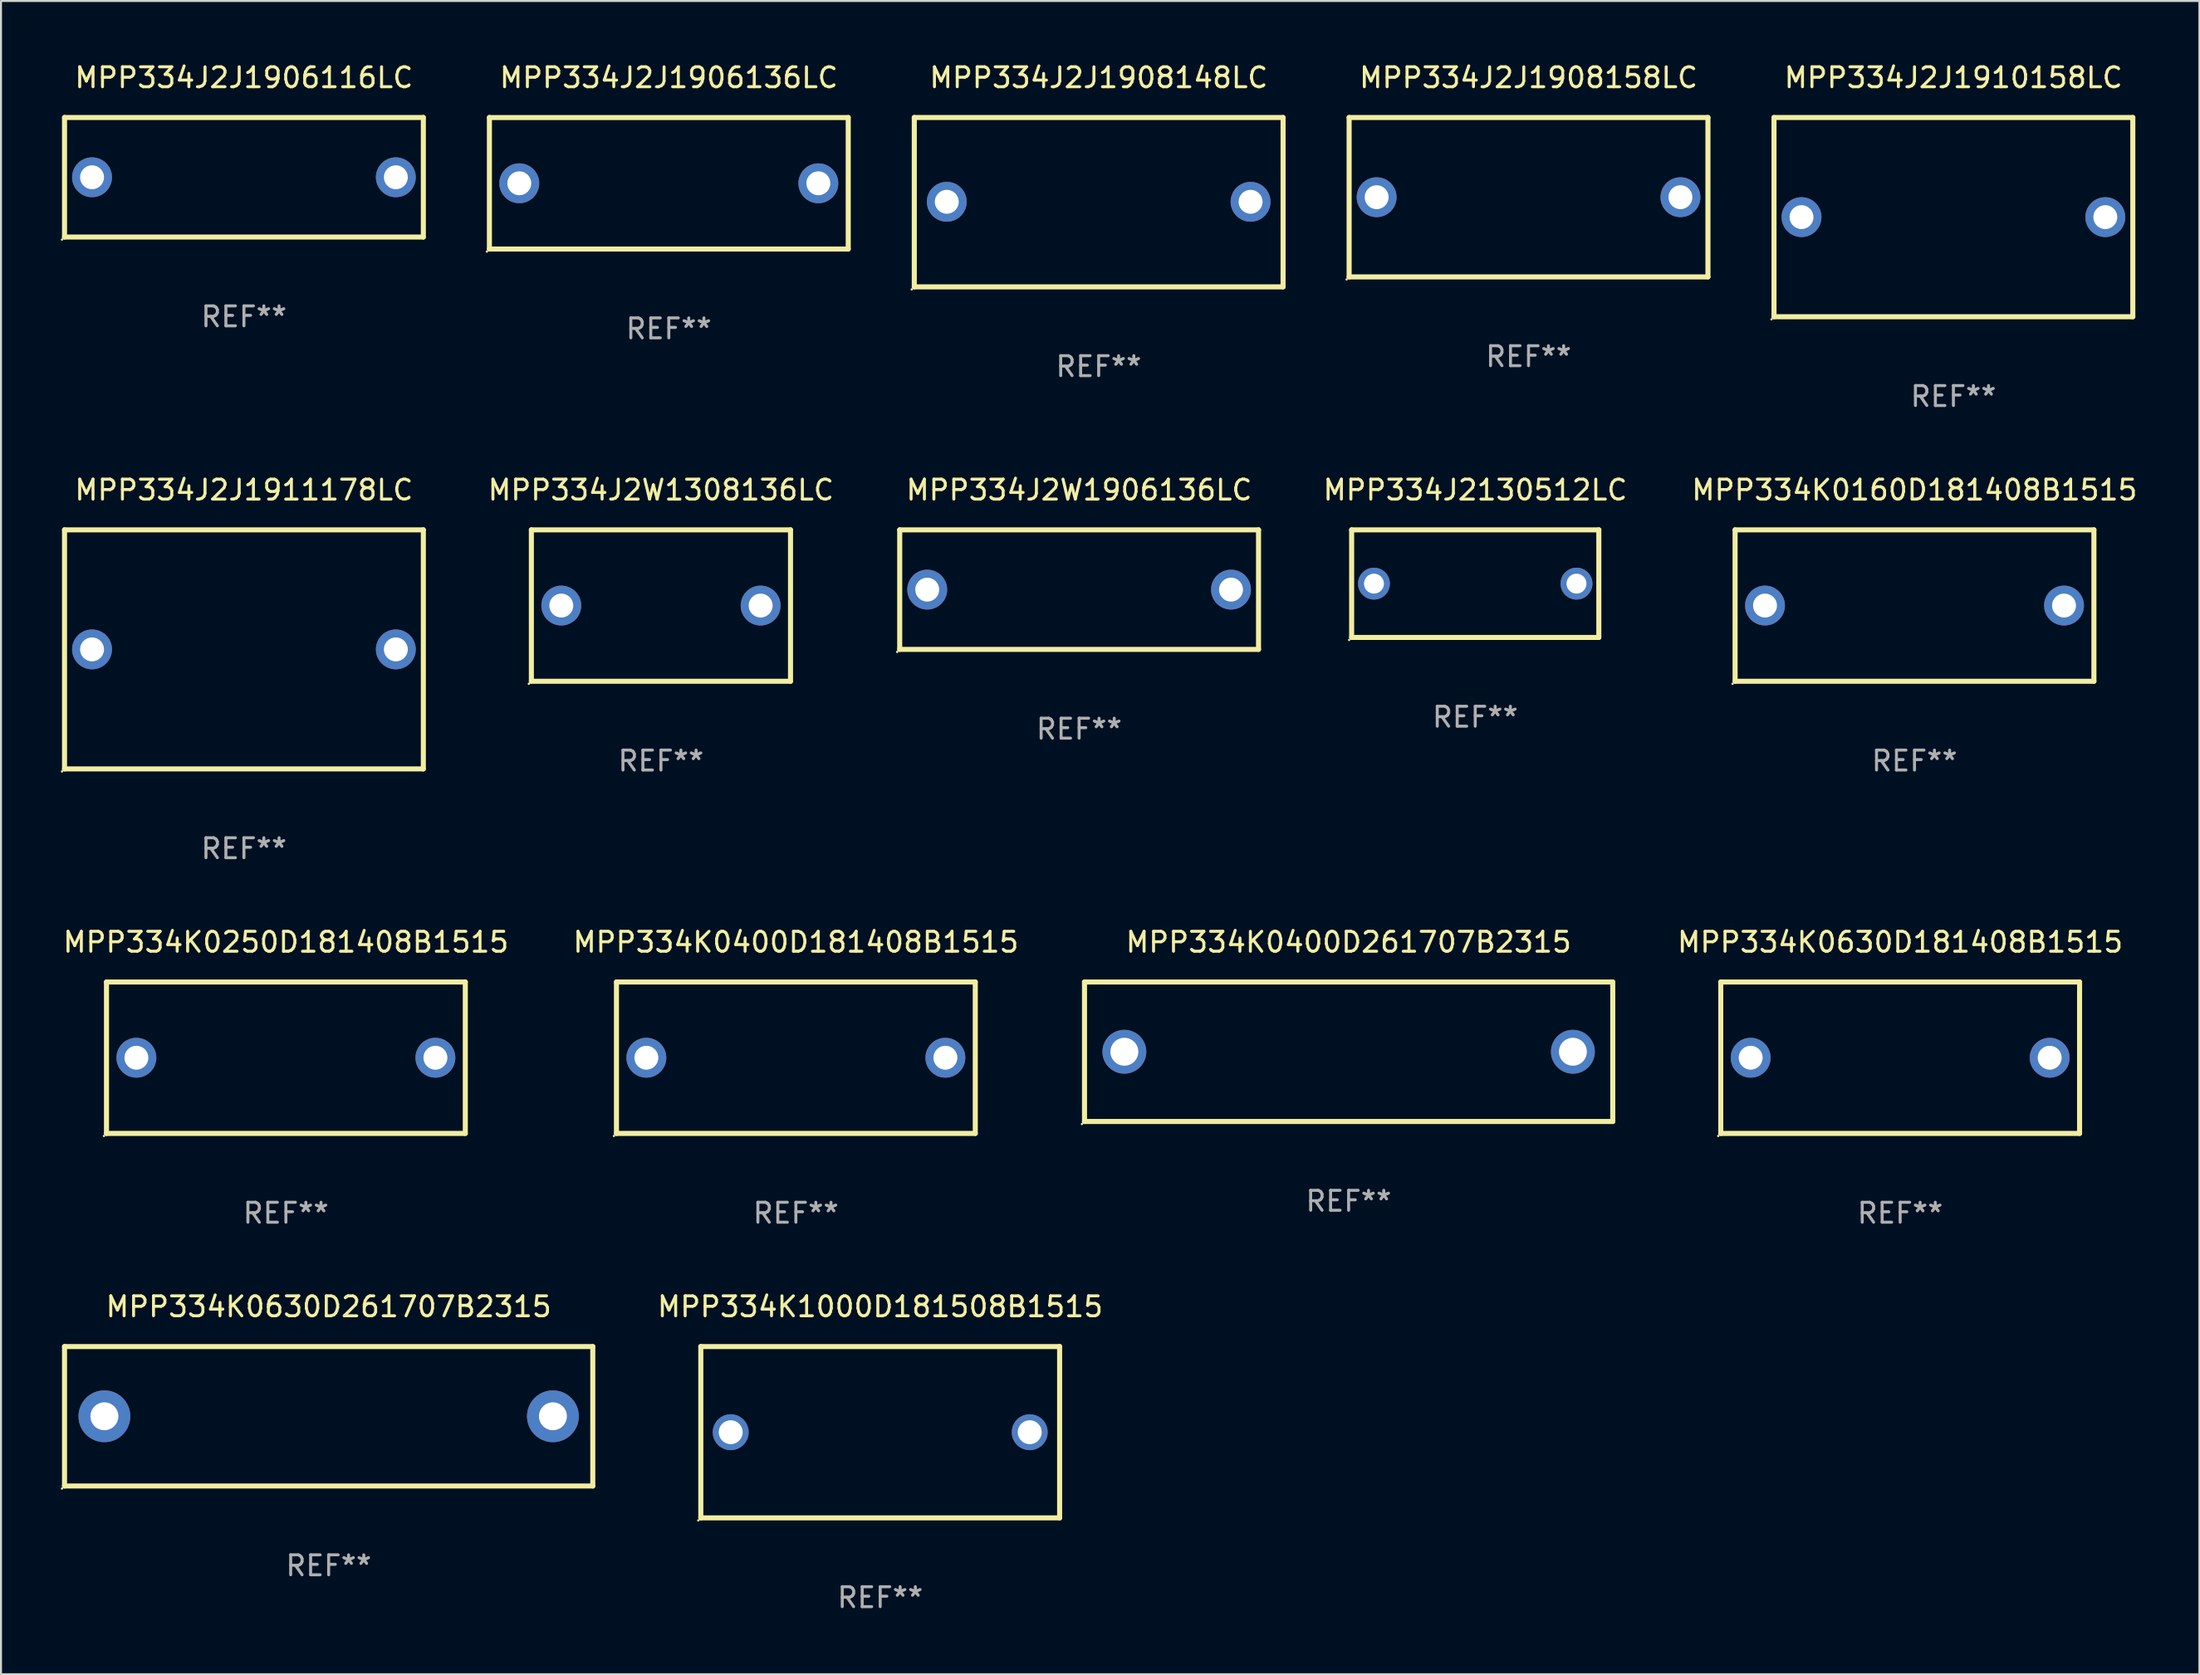
<source format=kicad_pcb>
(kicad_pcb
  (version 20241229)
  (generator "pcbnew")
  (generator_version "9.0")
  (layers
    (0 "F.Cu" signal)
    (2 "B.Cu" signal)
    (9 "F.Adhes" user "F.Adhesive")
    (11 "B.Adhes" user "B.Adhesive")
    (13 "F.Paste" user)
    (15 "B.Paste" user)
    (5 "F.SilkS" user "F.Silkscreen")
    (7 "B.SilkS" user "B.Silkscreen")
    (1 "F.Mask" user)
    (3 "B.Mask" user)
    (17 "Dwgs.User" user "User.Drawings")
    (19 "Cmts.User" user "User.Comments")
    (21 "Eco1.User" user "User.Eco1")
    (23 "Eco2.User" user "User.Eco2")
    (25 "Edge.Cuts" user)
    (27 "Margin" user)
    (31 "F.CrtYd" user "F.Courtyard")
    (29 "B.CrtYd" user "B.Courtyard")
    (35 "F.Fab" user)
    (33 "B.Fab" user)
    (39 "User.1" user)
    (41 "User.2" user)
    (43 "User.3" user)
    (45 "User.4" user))
  (footprint "MPP334J2J1911178LC"
    (layer "F.Cu")
    (at 9.187 29.545)
    (property "Reference" "MPP334J2J1911178LC" (at 0 -8 0) (layer "F.SilkS") (effects (font (size 1 1) (thickness 0.15))))
    (attr through_hole)
    (fp_line (start -9 -6) (end 9 -6) (stroke (width 0.254) (type solid)) (layer "F.SilkS"))
    (fp_line (start -9 6) (end -9 -6) (stroke (width 0.254) (type solid)) (layer "F.SilkS"))
    (fp_line (start 9 -6) (end 9 6) (stroke (width 0.254) (type solid)) (layer "F.SilkS"))
    (fp_line (start 9 6) (end -9 6) (stroke (width 0.254) (type solid)) (layer "F.SilkS"))
    (fp_circle (center -9.127 6.127) (end -9.097 6.127) (stroke (width 0.06) (type solid)) (fill no) (layer "F.SilkS"))
    (fp_text user "REF**" (at 0 10 0) (layer "F.Fab") (effects (font (size 1 1) (thickness 0.15))))
    (pad "1" thru_hole circle (at -7.62 0) (size 2 2) (drill 1.2) (layers "*.Cu" "*.Mask"))
    (pad "2" thru_hole circle (at 7.62 0) (size 2 2) (drill 1.2) (layers "*.Cu" "*.Mask")))
  (footprint "MPP334K0630D181408B1515"
    (layer "F.Cu")
    (at 92.272 50.041)
    (property "Reference" "MPP334K0630D181408B1515" (at 0 -5.8 0) (layer "F.SilkS") (effects (font (size 1 1) (thickness 0.15))))
    (attr through_hole)
    (fp_line (start -9 -3.8) (end -9 3.8) (stroke (width 0.254) (type solid)) (layer "F.SilkS"))
    (fp_line (start -9 -3.8) (end 9 -3.8) (stroke (width 0.254) (type solid)) (layer "F.SilkS"))
    (fp_line (start 9 -3.8) (end 9 3.8) (stroke (width 0.254) (type solid)) (layer "F.SilkS"))
    (fp_line (start 9 3.8) (end -9 3.8) (stroke (width 0.254) (type solid)) (layer "F.SilkS"))
    (fp_circle (center -9.127 3.927) (end -9.097 3.927) (stroke (width 0.06) (type solid)) (fill no) (layer "F.SilkS"))
    (fp_text user "REF**" (at 0 7.8 0) (layer "F.Fab") (effects (font (size 1 1) (thickness 0.15))))
    (pad "1" thru_hole circle (at -7.5 0) (size 2 2) (drill 1.2) (layers "*.Cu" "*.Mask"))
    (pad "2" thru_hole circle (at 7.5 0) (size 2 2) (drill 1.2) (layers "*.Cu" "*.Mask")))
  (footprint "MPP334K1000D181508B1515"
    (layer "F.Cu")
    (at 41.106 68.838)
    (property "Reference" "MPP334K1000D181508B1515" (at 0 -6.3 0) (layer "F.SilkS") (effects (font (size 1 1) (thickness 0.15))))
    (attr through_hole)
    (fp_line (start -9 -4.3) (end 9 -4.3) (stroke (width 0.254) (type solid)) (layer "F.SilkS"))
    (fp_line (start -9 4.3) (end -9 -4.3) (stroke (width 0.254) (type solid)) (layer "F.SilkS"))
    (fp_line (start 9 -4.3) (end 9 4.3) (stroke (width 0.254) (type solid)) (layer "F.SilkS"))
    (fp_line (start 9 4.3) (end -9 4.3) (stroke (width 0.254) (type solid)) (layer "F.SilkS"))
    (fp_circle (center -9.127 4.427) (end -9.097 4.427) (stroke (width 0.06) (type solid)) (fill no) (layer "F.SilkS"))
    (fp_text user "REF**" (at 0 8.3 0) (layer "F.Fab") (effects (font (size 1 1) (thickness 0.15))))
    (pad "1" thru_hole circle (at -7.5 0) (size 1.8 1.8) (drill 1.2) (layers "*.Cu" "*.Mask"))
    (pad "2" thru_hole circle (at 7.5 0) (size 1.8 1.8) (drill 1.2) (layers "*.Cu" "*.Mask")))
  (footprint "MPP334J2W1308136LC"
    (layer "F.Cu")
    (at 30.106 27.345)
    (property "Reference" "MPP334J2W1308136LC" (at 0 -5.8 0) (layer "F.SilkS") (effects (font (size 1 1) (thickness 0.15))))
    (attr through_hole)
    (fp_line (start -6.5 -3.8) (end -6.5 3.8) (stroke (width 0.254) (type solid)) (layer "F.SilkS"))
    (fp_line (start -6.5 -3.8) (end 6.5 -3.8) (stroke (width 0.254) (type solid)) (layer "F.SilkS"))
    (fp_line (start 6.5 3.8) (end -6.5 3.8) (stroke (width 0.254) (type solid)) (layer "F.SilkS"))
    (fp_line (start 6.5 3.8) (end 6.5 -3.8) (stroke (width 0.254) (type solid)) (layer "F.SilkS"))
    (fp_circle (center -6.627 3.927) (end -6.597 3.927) (stroke (width 0.06) (type solid)) (fill no) (layer "F.SilkS"))
    (fp_text user "REF**" (at 0 7.8 0) (layer "F.Fab") (effects (font (size 1 1) (thickness 0.15))))
    (pad "1" thru_hole circle (at -4.999 0) (size 2 2) (drill 1.2) (layers "*.Cu" "*.Mask"))
    (pad "2" thru_hole circle (at 5.001 0) (size 2 2) (drill 1.2) (layers "*.Cu" "*.Mask")))
  (footprint "MPP334J2W1906136LC"
    (layer "F.Cu")
    (at 51.084 26.545)
    (property "Reference" "MPP334J2W1906136LC" (at 0 -5 0) (layer "F.SilkS") (effects (font (size 1 1) (thickness 0.15))))
    (attr through_hole)
    (fp_line (start -9 -3) (end 9 -3) (stroke (width 0.254) (type solid)) (layer "F.SilkS"))
    (fp_line (start -9 3) (end -9 -3) (stroke (width 0.254) (type solid)) (layer "F.SilkS"))
    (fp_line (start 9 -3) (end 9 3) (stroke (width 0.254) (type solid)) (layer "F.SilkS"))
    (fp_line (start 9 3) (end -9 3) (stroke (width 0.254) (type solid)) (layer "F.SilkS"))
    (fp_circle (center -9.127 3.127) (end -9.097 3.127) (stroke (width 0.06) (type solid)) (fill no) (layer "F.SilkS"))
    (fp_text user "REF**" (at 0 7 0) (layer "F.Fab") (effects (font (size 1 1) (thickness 0.15))))
    (pad "1" thru_hole circle (at -7.62 0) (size 2 2) (drill 1.2) (layers "*.Cu" "*.Mask"))
    (pad "2" thru_hole circle (at 7.62 0) (size 2 2) (drill 1.2) (layers "*.Cu" "*.Mask")))
  (footprint "MPP334J2J1906116LC"
    (layer "F.Cu")
    (at 9.187 5.848)
    (property "Reference" "MPP334J2J1906116LC" (at 0 -5 0) (layer "F.SilkS") (effects (font (size 1 1) (thickness 0.15))))
    (attr through_hole)
    (fp_line (start -9 -3) (end 9 -3) (stroke (width 0.254) (type solid)) (layer "F.SilkS"))
    (fp_line (start -9 3) (end -9 -3) (stroke (width 0.254) (type solid)) (layer "F.SilkS"))
    (fp_line (start 9 -3) (end 9 3) (stroke (width 0.254) (type solid)) (layer "F.SilkS"))
    (fp_line (start 9 3) (end -9 3) (stroke (width 0.254) (type solid)) (layer "F.SilkS"))
    (fp_circle (center -9.127 3.127) (end -9.097 3.127) (stroke (width 0.06) (type solid)) (fill no) (layer "F.SilkS"))
    (fp_text user "REF**" (at 0 7 0) (layer "F.Fab") (effects (font (size 1 1) (thickness 0.15))))
    (pad "1" thru_hole circle (at -7.62 0) (size 2 2) (drill 1.2) (layers "*.Cu" "*.Mask"))
    (pad "2" thru_hole circle (at 7.62 0) (size 2 2) (drill 1.2) (layers "*.Cu" "*.Mask")))
  (footprint "MPP334K0400D261707B2315"
    (layer "F.Cu")
    (at 64.604 49.741)
    (property "Reference" "MPP334K0400D261707B2315" (at 0 -5.5 0) (layer "F.SilkS") (effects (font (size 1 1) (thickness 0.15))))
    (attr through_hole)
    (fp_line (start -13.25 -3.5) (end 13.25 -3.5) (stroke (width 0.254) (type solid)) (layer "F.SilkS"))
    (fp_line (start -13.25 3.5) (end -13.25 -3.5) (stroke (width 0.254) (type solid)) (layer "F.SilkS"))
    (fp_line (start 13.25 -3.5) (end 13.25 3.5) (stroke (width 0.254) (type solid)) (layer "F.SilkS"))
    (fp_line (start 13.25 3.5) (end -13.25 3.5) (stroke (width 0.254) (type solid)) (layer "F.SilkS"))
    (fp_circle (center -13.377 3.627) (end -13.347 3.627) (stroke (width 0.06) (type solid)) (fill no) (layer "F.SilkS"))
    (fp_text user "REF**" (at 0 7.5 0) (layer "F.Fab") (effects (font (size 1 1) (thickness 0.15))))
    (pad "1" thru_hole circle (at -11.25 0) (size 2.2 2.2) (drill 1.4) (layers "*.Cu" "*.Mask"))
    (pad "2" thru_hole circle (at 11.25 0) (size 2.2 2.2) (drill 1.4) (layers "*.Cu" "*.Mask")))
  (footprint "MPP334J2J1906136LC"
    (layer "F.Cu")
    (at 30.501 6.15)
    (property "Reference" "MPP334J2J1906136LC" (at 0 -5.302 0) (layer "F.SilkS") (effects (font (size 1 1) (thickness 0.15))))
    (attr through_hole)
    (fp_line (start -9 -3.302) (end -9 3.3) (stroke (width 0.254) (type solid)) (layer "F.SilkS"))
    (fp_line (start -9 -3.3) (end 9 -3.3) (stroke (width 0.254) (type solid)) (layer "F.SilkS"))
    (fp_line (start 9 3.3) (end -9 3.3) (stroke (width 0.254) (type solid)) (layer "F.SilkS"))
    (fp_line (start 9 3.302) (end 9 -3.3) (stroke (width 0.254) (type solid)) (layer "F.SilkS"))
    (fp_circle (center -9.127 3.429) (end -9.097 3.429) (stroke (width 0.06) (type solid)) (fill no) (layer "F.SilkS"))
    (fp_text user "REF**" (at 0 7.302 0) (layer "F.Fab") (effects (font (size 1 1) (thickness 0.15))))
    (pad "1" thru_hole circle (at -7.501 0) (size 2 2) (drill 1.2) (layers "*.Cu" "*.Mask"))
    (pad "2" thru_hole circle (at 7.501 0) (size 2 2) (drill 1.2) (layers "*.Cu" "*.Mask")))
  (footprint "MPP334K0250D181408B1515"
    (layer "F.Cu")
    (at 11.292 50.041)
    (property "Reference" "MPP334K0250D181408B1515" (at 0 -5.8 0) (layer "F.SilkS") (effects (font (size 1 1) (thickness 0.15))))
    (attr through_hole)
    (fp_line (start -9 -3.8) (end -9 3.8) (stroke (width 0.254) (type solid)) (layer "F.SilkS"))
    (fp_line (start -9 -3.8) (end 9 -3.8) (stroke (width 0.254) (type solid)) (layer "F.SilkS"))
    (fp_line (start 9 -3.8) (end 9 3.8) (stroke (width 0.254) (type solid)) (layer "F.SilkS"))
    (fp_line (start 9 3.8) (end -9 3.8) (stroke (width 0.254) (type solid)) (layer "F.SilkS"))
    (fp_circle (center -9.127 3.927) (end -9.097 3.927) (stroke (width 0.06) (type solid)) (fill no) (layer "F.SilkS"))
    (fp_text user "REF**" (at 0 7.8 0) (layer "F.Fab") (effects (font (size 1 1) (thickness 0.15))))
    (pad "1" thru_hole circle (at -7.5 0) (size 2 2) (drill 1.2) (layers "*.Cu" "*.Mask"))
    (pad "2" thru_hole circle (at 7.5 0) (size 2 2) (drill 1.2) (layers "*.Cu" "*.Mask")))
  (footprint "MPP334K0400D181408B1515"
    (layer "F.Cu")
    (at 36.875 50.041)
    (property "Reference" "MPP334K0400D181408B1515" (at 0 -5.8 0) (layer "F.SilkS") (effects (font (size 1 1) (thickness 0.15))))
    (attr through_hole)
    (fp_line (start -9 -3.8) (end -9 3.8) (stroke (width 0.254) (type solid)) (layer "F.SilkS"))
    (fp_line (start -9 -3.8) (end 9 -3.8) (stroke (width 0.254) (type solid)) (layer "F.SilkS"))
    (fp_line (start 9 -3.8) (end 9 3.8) (stroke (width 0.254) (type solid)) (layer "F.SilkS"))
    (fp_line (start 9 3.8) (end -9 3.8) (stroke (width 0.254) (type solid)) (layer "F.SilkS"))
    (fp_circle (center -9.127 3.927) (end -9.097 3.927) (stroke (width 0.06) (type solid)) (fill no) (layer "F.SilkS"))
    (fp_text user "REF**" (at 0 7.8 0) (layer "F.Fab") (effects (font (size 1 1) (thickness 0.15))))
    (pad "1" thru_hole circle (at -7.5 0) (size 2 2) (drill 1.2) (layers "*.Cu" "*.Mask"))
    (pad "2" thru_hole circle (at 7.5 0) (size 2 2) (drill 1.2) (layers "*.Cu" "*.Mask")))
  (footprint "MPP334K0160D181408B1515"
    (layer "F.Cu")
    (at 92.991 27.345)
    (property "Reference" "MPP334K0160D181408B1515" (at 0 -5.8 0) (layer "F.SilkS") (effects (font (size 1 1) (thickness 0.15))))
    (attr through_hole)
    (fp_line (start -9 -3.8) (end -9 3.8) (stroke (width 0.254) (type solid)) (layer "F.SilkS"))
    (fp_line (start -9 -3.8) (end 9 -3.8) (stroke (width 0.254) (type solid)) (layer "F.SilkS"))
    (fp_line (start 9 -3.8) (end 9 3.8) (stroke (width 0.254) (type solid)) (layer "F.SilkS"))
    (fp_line (start 9 3.8) (end -9 3.8) (stroke (width 0.254) (type solid)) (layer "F.SilkS"))
    (fp_circle (center -9.127 3.927) (end -9.097 3.927) (stroke (width 0.06) (type solid)) (fill no) (layer "F.SilkS"))
    (fp_text user "REF**" (at 0 7.8 0) (layer "F.Fab") (effects (font (size 1 1) (thickness 0.15))))
    (pad "1" thru_hole circle (at -7.5 0) (size 2 2) (drill 1.2) (layers "*.Cu" "*.Mask"))
    (pad "2" thru_hole circle (at 7.5 0) (size 2 2) (drill 1.2) (layers "*.Cu" "*.Mask")))
  (footprint "MPP334K0630D261707B2315"
    (layer "F.Cu")
    (at 13.437 68.038)
    (property "Reference" "MPP334K0630D261707B2315" (at 0 -5.5 0) (layer "F.SilkS") (effects (font (size 1 1) (thickness 0.15))))
    (attr through_hole)
    (fp_line (start -13.25 -3.5) (end 13.25 -3.5) (stroke (width 0.254) (type solid)) (layer "F.SilkS"))
    (fp_line (start -13.25 3.5) (end -13.25 -3.5) (stroke (width 0.254) (type solid)) (layer "F.SilkS"))
    (fp_line (start 13.25 -3.5) (end 13.25 3.5) (stroke (width 0.254) (type solid)) (layer "F.SilkS"))
    (fp_line (start 13.25 3.5) (end -13.25 3.5) (stroke (width 0.254) (type solid)) (layer "F.SilkS"))
    (fp_circle (center -13.377 3.627) (end -13.347 3.627) (stroke (width 0.06) (type solid)) (fill no) (layer "F.SilkS"))
    (fp_text user "REF**" (at 0 7.5 0) (layer "F.Fab") (effects (font (size 1 1) (thickness 0.15))))
    (pad "1" thru_hole circle (at -11.25 0) (size 2.6 2.6) (drill 1.4) (layers "*.Cu" "*.Mask"))
    (pad "2" thru_hole circle (at 11.25 0) (size 2.6 2.6) (drill 1.4) (layers "*.Cu" "*.Mask")))
  (footprint "MPP334J2J1910158LC"
    (layer "F.Cu")
    (at 94.943 7.848)
    (property "Reference" "MPP334J2J1910158LC" (at 0 -7 0) (layer "F.SilkS") (effects (font (size 1 1) (thickness 0.15))))
    (attr through_hole)
    (fp_line (start -9 -5) (end 9 -5) (stroke (width 0.254) (type solid)) (layer "F.SilkS"))
    (fp_line (start -9 5) (end -9 -5) (stroke (width 0.254) (type solid)) (layer "F.SilkS"))
    (fp_line (start 9 -5) (end 9 5) (stroke (width 0.254) (type solid)) (layer "F.SilkS"))
    (fp_line (start 9 5) (end -9 5) (stroke (width 0.254) (type solid)) (layer "F.SilkS"))
    (fp_circle (center -9.127 5.127) (end -9.097 5.127) (stroke (width 0.06) (type solid)) (fill no) (layer "F.SilkS"))
    (fp_text user "REF**" (at 0 9 0) (layer "F.Fab") (effects (font (size 1 1) (thickness 0.15))))
    (pad "1" thru_hole circle (at -7.62 0) (size 2 2) (drill 1.2) (layers "*.Cu" "*.Mask"))
    (pad "2" thru_hole circle (at 7.62 0) (size 2 2) (drill 1.2) (layers "*.Cu" "*.Mask")))
  (footprint "MPP334J2J1908158LC"
    (layer "F.Cu")
    (at 73.629 6.848)
    (property "Reference" "MPP334J2J1908158LC" (at 0 -6 0) (layer "F.SilkS") (effects (font (size 1 1) (thickness 0.15))))
    (attr through_hole)
    (fp_line (start -9 -4) (end 9 -4) (stroke (width 0.254) (type solid)) (layer "F.SilkS"))
    (fp_line (start -9 4) (end -9 -4) (stroke (width 0.254) (type solid)) (layer "F.SilkS"))
    (fp_line (start 9 -4) (end 9 4) (stroke (width 0.254) (type solid)) (layer "F.SilkS"))
    (fp_line (start 9 4) (end -9 4) (stroke (width 0.254) (type solid)) (layer "F.SilkS"))
    (fp_circle (center -9.127 4.127) (end -9.097 4.127) (stroke (width 0.06) (type solid)) (fill no) (layer "F.SilkS"))
    (fp_text user "REF**" (at 0 8 0) (layer "F.Fab") (effects (font (size 1 1) (thickness 0.15))))
    (pad "1" thru_hole circle (at -7.62 0) (size 2 2) (drill 1.2) (layers "*.Cu" "*.Mask"))
    (pad "2" thru_hole circle (at 7.62 0) (size 2 2) (drill 1.2) (layers "*.Cu" "*.Mask")))
  (footprint "MPP334J2J1908148LC"
    (layer "F.Cu")
    (at 52.065 7.098)
    (property "Reference" "MPP334J2J1908148LC" (at 0 -6.25 0) (layer "F.SilkS") (effects (font (size 1 1) (thickness 0.15))))
    (attr through_hole)
    (fp_line (start -9.25 -4.25) (end 9.25 -4.25) (stroke (width 0.254) (type solid)) (layer "F.SilkS"))
    (fp_line (start -9.25 4.25) (end -9.25 -4.25) (stroke (width 0.254) (type solid)) (layer "F.SilkS"))
    (fp_line (start 9.25 -4.25) (end 9.25 4.25) (stroke (width 0.254) (type solid)) (layer "F.SilkS"))
    (fp_line (start 9.25 4.25) (end -9.25 4.25) (stroke (width 0.254) (type solid)) (layer "F.SilkS"))
    (fp_circle (center -9.377 4.377) (end -9.347 4.377) (stroke (width 0.06) (type solid)) (fill no) (layer "F.SilkS"))
    (fp_text user "REF**" (at 0 8.25 0) (layer "F.Fab") (effects (font (size 1 1) (thickness 0.15))))
    (pad "1" thru_hole circle (at -7.62 -0.02) (size 2 2) (drill 1.2) (layers "*.Cu" "*.Mask"))
    (pad "2" thru_hole circle (at 7.62 -0.02) (size 2 2) (drill 1.2) (layers "*.Cu" "*.Mask")))
  (footprint "MPP334J2130512LC"
    (layer "F.Cu")
    (at 70.955 26.245)
    (property "Reference" "MPP334J2130512LC" (at 0 -4.7 0) (layer "F.SilkS") (effects (font (size 1 1) (thickness 0.15))))
    (attr through_hole)
    (fp_line (start -6.2 -2.7) (end 6.2 -2.7) (stroke (width 0.254) (type solid)) (layer "F.SilkS"))
    (fp_line (start -6.2 2.7) (end -6.2 -2.7) (stroke (width 0.254) (type solid)) (layer "F.SilkS"))
    (fp_line (start 6.2 -2.7) (end 6.2 2.7) (stroke (width 0.254) (type solid)) (layer "F.SilkS"))
    (fp_line (start 6.2 2.7) (end -6.2 2.7) (stroke (width 0.254) (type solid)) (layer "F.SilkS"))
    (fp_circle (center -6.327 2.827) (end -6.297 2.827) (stroke (width 0.06) (type solid)) (fill no) (layer "F.SilkS"))
    (fp_text user "REF**" (at 0 6.7 0) (layer "F.Fab") (effects (font (size 1 1) (thickness 0.15))))
    (pad "1" thru_hole circle (at -5.08 0) (size 1.6 1.6) (drill 1) (layers "*.Cu" "*.Mask"))
    (pad "2" thru_hole circle (at 5.08 0) (size 1.6 1.6) (drill 1) (layers "*.Cu" "*.Mask")))
  (gr_rect
    (start -3 -3)
    (end 107.283 80.986)
    (stroke (width 0.1) (type default))
    (fill no)
    (layer "Edge.Cuts")))
</source>
